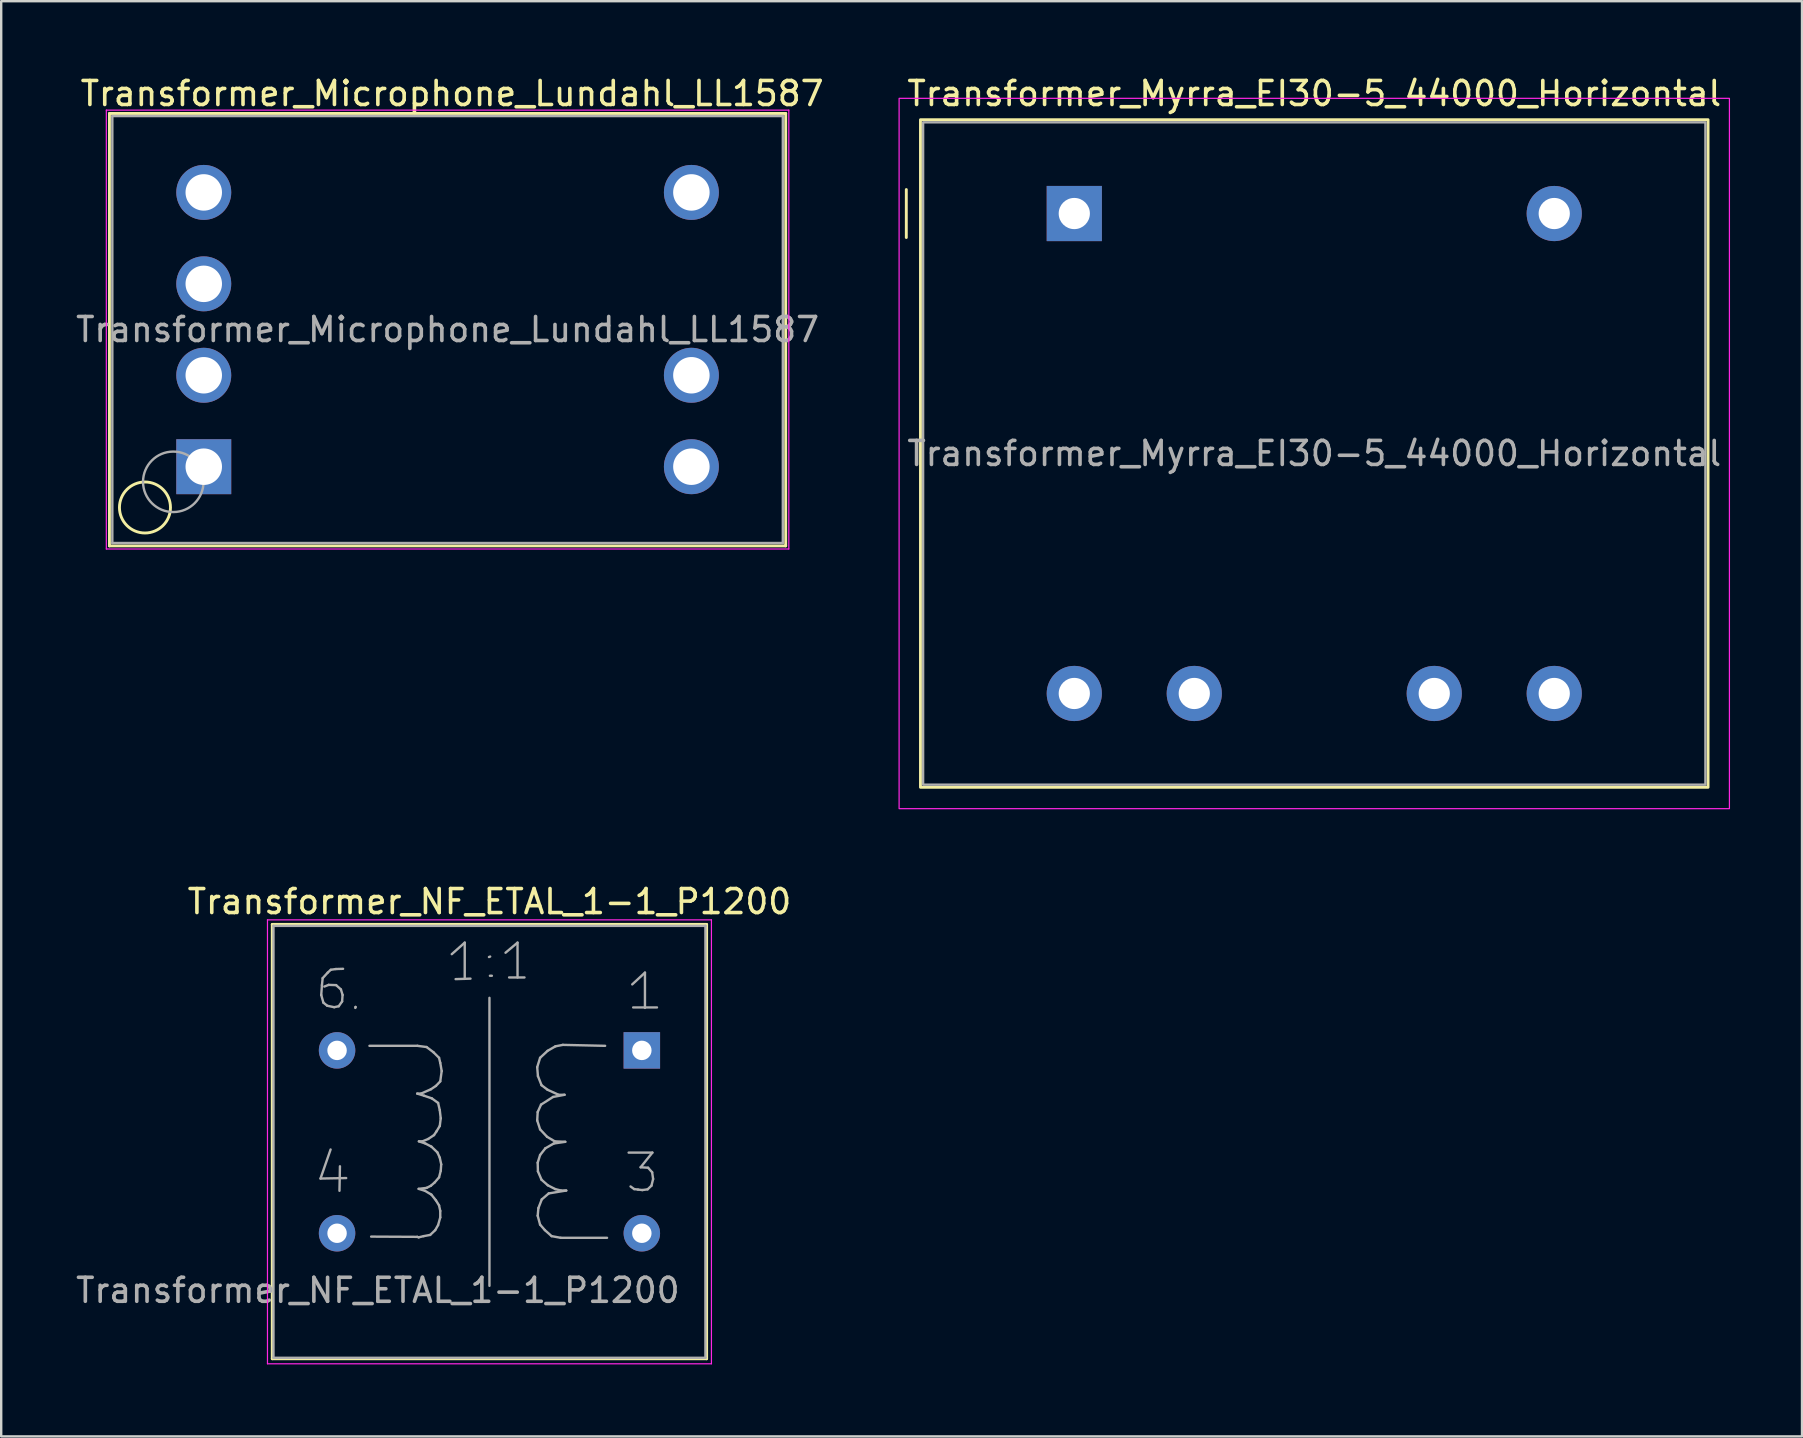
<source format=kicad_pcb>
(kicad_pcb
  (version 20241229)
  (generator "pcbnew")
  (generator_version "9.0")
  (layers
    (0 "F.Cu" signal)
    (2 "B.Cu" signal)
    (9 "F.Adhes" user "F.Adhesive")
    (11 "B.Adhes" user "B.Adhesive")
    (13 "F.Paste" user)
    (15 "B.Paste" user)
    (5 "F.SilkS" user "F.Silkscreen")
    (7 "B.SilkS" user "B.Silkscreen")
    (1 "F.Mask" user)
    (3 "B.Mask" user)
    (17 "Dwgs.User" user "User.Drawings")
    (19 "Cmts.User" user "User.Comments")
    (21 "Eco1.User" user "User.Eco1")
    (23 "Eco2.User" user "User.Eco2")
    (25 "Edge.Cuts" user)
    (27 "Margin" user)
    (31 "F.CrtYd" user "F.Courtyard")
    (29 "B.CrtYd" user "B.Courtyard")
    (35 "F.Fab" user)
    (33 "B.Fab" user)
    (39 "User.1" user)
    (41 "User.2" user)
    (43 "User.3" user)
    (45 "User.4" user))
  (footprint "Transformer_Myrra_EI30-5_44000_Horizontal"
    (layer "F.Cu")
    (at 41.717 5.848)
    (property "Reference" "Transformer_Myrra_EI30-5_44000_Horizontal" (at 10 -5 0) (layer "F.SilkS") (effects (font (size 1 1) (thickness 0.15))))
    (attr through_hole)
    (fp_line (start -7 -1) (end -7 1) (stroke (width 0.12) (type default)) (layer "F.SilkS"))
    (fp_rect (start 26.41 23.91) (end -6.41 -3.91) (stroke (width 0.12) (type default)) (fill no) (layer "F.SilkS"))
    (fp_rect (start 27.3 24.8) (end -7.3 -4.8) (stroke (width 0.05) (type default)) (fill no) (layer "F.CrtYd"))
    (fp_rect (start 26.3 23.8) (end -6.3 -3.8) (stroke (width 0.1) (type default)) (fill no) (layer "F.Fab"))
    (fp_text user "${REFERENCE}" (at 10 10 0) (layer "F.Fab") (effects (font (size 1 1) (thickness 0.15))))
    (pad "1" thru_hole rect (at 0 0) (size 2.3 2.3) (drill 1.3) (layers "*.Cu" "*.Mask"))
    (pad "5" thru_hole circle (at 20 0) (size 2.3 2.3) (drill 1.3) (layers "*.Cu" "*.Mask"))
    (pad "6" thru_hole circle (at 20 20) (size 2.3 2.3) (drill 1.3) (layers "*.Cu" "*.Mask"))
    (pad "7" thru_hole circle (at 15 20) (size 2.3 2.3) (drill 1.3) (layers "*.Cu" "*.Mask"))
    (pad "9" thru_hole circle (at 5 20) (size 2.3 2.3) (drill 1.3) (layers "*.Cu" "*.Mask"))
    (pad "10" thru_hole circle (at 0 20) (size 2.3 2.3) (drill 1.3) (layers "*.Cu" "*.Mask")))
  (footprint "Transformer_Microphone_Lundahl_LL1587"
    (layer "F.Cu")
    (at 5.441 16.398)
    (property "Reference" "Transformer_Microphone_Lundahl_LL1587" (at 10.35 -15.55 0) (layer "F.SilkS") (effects (font (size 1 1) (thickness 0.15))))
    (attr through_hole)
    (fp_line (start -3.93 -14.72) (end -3.93 3.3) (stroke (width 0.12) (type solid)) (layer "F.SilkS"))
    (fp_line (start -3.93 -14.72) (end 24.25 -14.72) (stroke (width 0.12) (type solid)) (layer "F.SilkS"))
    (fp_line (start 24.25 3.3) (end -3.93 3.3) (stroke (width 0.12) (type solid)) (layer "F.SilkS"))
    (fp_line (start 24.25 3.3) (end 24.25 -14.72) (stroke (width 0.12) (type solid)) (layer "F.SilkS"))
    (fp_circle (center -2.45 1.7) (end -1.75 2.5) (stroke (width 0.12) (type solid)) (fill no) (layer "F.SilkS"))
    (fp_line (start -4.06 -14.86) (end -4.06 3.43) (stroke (width 0.05) (type solid)) (layer "F.CrtYd"))
    (fp_line (start -4.06 -14.86) (end 24.38 -14.86) (stroke (width 0.05) (type solid)) (layer "F.CrtYd"))
    (fp_line (start 24.38 3.43) (end -4.06 3.43) (stroke (width 0.05) (type solid)) (layer "F.CrtYd"))
    (fp_line (start 24.38 3.43) (end 24.38 -14.86) (stroke (width 0.05) (type solid)) (layer "F.CrtYd"))
    (fp_line (start -3.81 -14.61) (end -3.81 3.18) (stroke (width 0.1) (type solid)) (layer "F.Fab"))
    (fp_line (start -3.81 3.18) (end 24.13 3.18) (stroke (width 0.1) (type solid)) (layer "F.Fab"))
    (fp_line (start 24.13 -14.61) (end -3.81 -14.61) (stroke (width 0.1) (type solid)) (layer "F.Fab"))
    (fp_line (start 24.13 -5.71) (end 24.13 -14.61) (stroke (width 0.1) (type solid)) (layer "F.Fab"))
    (fp_line (start 24.13 3.18) (end 24.13 -5.71) (stroke (width 0.1) (type solid)) (layer "F.Fab"))
    (fp_circle (center -1.27 0.63) (end -1.27 -0.63) (stroke (width 0.1) (type solid)) (fill no) (layer "F.Fab"))
    (fp_text user "${REFERENCE}" (at 10.16 -5.715 0) (layer "F.Fab") (effects (font (size 1 1) (thickness 0.15))))
    (pad "1" thru_hole rect (at 0 0) (size 2.29 2.29) (drill 1.52) (layers "*.Cu" "*.Mask"))
    (pad "2" thru_hole circle (at 0 -3.81) (size 2.29 2.29) (drill 1.52) (layers "*.Cu" "*.Mask"))
    (pad "3" thru_hole circle (at 0 -7.62) (size 2.29 2.29) (drill 1.52) (layers "*.Cu" "*.Mask"))
    (pad "4" thru_hole circle (at 0 -11.43) (size 2.29 2.29) (drill 1.52) (layers "*.Cu" "*.Mask"))
    (pad "5" thru_hole circle (at 20.32 0) (size 2.29 2.29) (drill 1.52) (layers "*.Cu" "*.Mask"))
    (pad "6" thru_hole circle (at 20.32 -3.81) (size 2.29 2.29) (drill 1.52) (layers "*.Cu" "*.Mask"))
    (pad "8" thru_hole circle (at 20.32 -11.43) (size 2.29 2.29) (drill 1.52) (layers "*.Cu" "*.Mask")))
  (footprint "Transformer_NF_ETAL_1-1_P1200"
    (layer "F.Cu")
    (at 23.696 40.721)
    (property "Reference" "Transformer_NF_ETAL_1-1_P1200" (at -6.35 -6.2 0) (layer "F.SilkS") (effects (font (size 1 1) (thickness 0.15))))
    (attr through_hole)
    (fp_line (start -15.4 -5.25) (end 2.7 -5.25) (stroke (width 0.12) (type solid)) (layer "F.SilkS"))
    (fp_line (start -15.4 12.85) (end -15.4 -5.25) (stroke (width 0.12) (type solid)) (layer "F.SilkS"))
    (fp_line (start 2.7 -5.25) (end 2.7 12.85) (stroke (width 0.12) (type solid)) (layer "F.SilkS"))
    (fp_line (start 2.7 12.85) (end -15.4 12.85) (stroke (width 0.12) (type solid)) (layer "F.SilkS"))
    (fp_line (start -15.6 -5.44) (end -15.6 13.06) (stroke (width 0.05) (type solid)) (layer "F.CrtYd"))
    (fp_line (start -15.6 -5.44) (end 2.9 -5.44) (stroke (width 0.05) (type solid)) (layer "F.CrtYd"))
    (fp_line (start 2.9 13.06) (end -15.6 13.06) (stroke (width 0.05) (type solid)) (layer "F.CrtYd"))
    (fp_line (start 2.9 13.06) (end 2.9 -5.44) (stroke (width 0.05) (type solid)) (layer "F.CrtYd"))
    (fp_line (start -15.35 -5.19) (end -15.35 12.81) (stroke (width 0.1) (type solid)) (layer "F.Fab"))
    (fp_line (start -15.35 12.81) (end 2.65 12.81) (stroke (width 0.1) (type solid)) (layer "F.Fab"))
    (fp_line (start -13.39 5.34) (end -12.32 5.32) (stroke (width 0.1) (type solid)) (layer "F.Fab"))
    (fp_line (start -13.36 -2.31) (end -13.27 -1.99) (stroke (width 0.1) (type solid)) (layer "F.Fab"))
    (fp_line (start -13.33 -2.72) (end -13.36 -2.31) (stroke (width 0.1) (type solid)) (layer "F.Fab"))
    (fp_line (start -13.3 -3.01) (end -13.33 -2.72) (stroke (width 0.1) (type solid)) (layer "F.Fab"))
    (fp_line (start -13.27 -1.99) (end -13.11 -1.86) (stroke (width 0.1) (type solid)) (layer "F.Fab"))
    (fp_line (start -13.11 -1.86) (end -12.82 -1.8) (stroke (width 0.1) (type solid)) (layer "F.Fab"))
    (fp_line (start -13.09 -3.24) (end -13.3 -3.01) (stroke (width 0.1) (type solid)) (layer "F.Fab"))
    (fp_line (start -13.05 -2.73) (end -13.23 -2.66) (stroke (width 0.1) (type solid)) (layer "F.Fab"))
    (fp_line (start -12.97 4.13) (end -13.39 5.34) (stroke (width 0.1) (type solid)) (layer "F.Fab"))
    (fp_line (start -12.96 -3.36) (end -13.09 -3.24) (stroke (width 0.1) (type solid)) (layer "F.Fab"))
    (fp_line (start -12.82 -1.8) (end -12.63 -1.84) (stroke (width 0.1) (type solid)) (layer "F.Fab"))
    (fp_line (start -12.75 -3.39) (end -12.96 -3.36) (stroke (width 0.1) (type solid)) (layer "F.Fab"))
    (fp_line (start -12.74 -2.72) (end -13.05 -2.73) (stroke (width 0.1) (type solid)) (layer "F.Fab"))
    (fp_line (start -12.63 -1.84) (end -12.49 -2.04) (stroke (width 0.1) (type solid)) (layer "F.Fab"))
    (fp_line (start -12.58 4.83) (end -12.6 5.85) (stroke (width 0.1) (type solid)) (layer "F.Fab"))
    (fp_line (start -12.54 -2.54) (end -12.74 -2.72) (stroke (width 0.1) (type solid)) (layer "F.Fab"))
    (fp_line (start -12.49 -2.04) (end -12.47 -2.31) (stroke (width 0.1) (type solid)) (layer "F.Fab"))
    (fp_line (start -12.47 -2.31) (end -12.54 -2.54) (stroke (width 0.1) (type solid)) (layer "F.Fab"))
    (fp_line (start -12.45 -3.4) (end -12.75 -3.39) (stroke (width 0.1) (type solid)) (layer "F.Fab"))
    (fp_line (start -11.94 -1.77) (end -11.93 -1.81) (stroke (width 0.1) (type solid)) (layer "F.Fab"))
    (fp_line (start -11.93 -1.81) (end -11.93 -1.8) (stroke (width 0.1) (type solid)) (layer "F.Fab"))
    (fp_line (start -11.35 -0.19) (end -9.35 -0.19) (stroke (width 0.1) (type solid)) (layer "F.Fab"))
    (fp_line (start -9.36 1.8) (end -9.07 1.89) (stroke (width 0.1) (type solid)) (layer "F.Fab"))
    (fp_line (start -9.36 7.77) (end -11.28 7.76) (stroke (width 0.1) (type solid)) (layer "F.Fab"))
    (fp_line (start -9.35 -0.19) (end -8.97 -0.14) (stroke (width 0.1) (type solid)) (layer "F.Fab"))
    (fp_line (start -9.3 5.77) (end -9.04 5.85) (stroke (width 0.1) (type solid)) (layer "F.Fab"))
    (fp_line (start -9.3 7.79) (end -9.36 7.77) (stroke (width 0.1) (type solid)) (layer "F.Fab"))
    (fp_line (start -9.29 3.79) (end -9.02 3.88) (stroke (width 0.1) (type solid)) (layer "F.Fab"))
    (fp_line (start -9.2 1.8) (end -9.36 1.8) (stroke (width 0.1) (type solid)) (layer "F.Fab"))
    (fp_line (start -9.14 3.79) (end -9.29 3.79) (stroke (width 0.1) (type solid)) (layer "F.Fab"))
    (fp_line (start -9.09 7.74) (end -9.3 7.79) (stroke (width 0.1) (type solid)) (layer "F.Fab"))
    (fp_line (start -9.07 1.89) (end -8.75 2) (stroke (width 0.1) (type solid)) (layer "F.Fab"))
    (fp_line (start -9.04 5.85) (end -8.77 6.01) (stroke (width 0.1) (type solid)) (layer "F.Fab"))
    (fp_line (start -9.02 3.88) (end -8.77 4.01) (stroke (width 0.1) (type solid)) (layer "F.Fab"))
    (fp_line (start -8.97 -0.14) (end -8.68 0.08) (stroke (width 0.1) (type solid)) (layer "F.Fab"))
    (fp_line (start -8.97 5.73) (end -9.3 5.77) (stroke (width 0.1) (type solid)) (layer "F.Fab"))
    (fp_line (start -8.9 3.69) (end -9.14 3.79) (stroke (width 0.1) (type solid)) (layer "F.Fab"))
    (fp_line (start -8.82 7.69) (end -9.09 7.74) (stroke (width 0.1) (type solid)) (layer "F.Fab"))
    (fp_line (start -8.79 1.62) (end -9.2 1.8) (stroke (width 0.1) (type solid)) (layer "F.Fab"))
    (fp_line (start -8.79 5.64) (end -8.97 5.73) (stroke (width 0.1) (type solid)) (layer "F.Fab"))
    (fp_line (start -8.77 4.01) (end -8.52 4.25) (stroke (width 0.1) (type solid)) (layer "F.Fab"))
    (fp_line (start -8.77 6.01) (end -8.58 6.25) (stroke (width 0.1) (type solid)) (layer "F.Fab"))
    (fp_line (start -8.75 2) (end -8.49 2.19) (stroke (width 0.1) (type solid)) (layer "F.Fab"))
    (fp_line (start -8.68 0.08) (end -8.45 0.31) (stroke (width 0.1) (type solid)) (layer "F.Fab"))
    (fp_line (start -8.66 3.53) (end -8.9 3.69) (stroke (width 0.1) (type solid)) (layer "F.Fab"))
    (fp_line (start -8.63 5.5) (end -8.79 5.64) (stroke (width 0.1) (type solid)) (layer "F.Fab"))
    (fp_line (start -8.61 7.49) (end -8.82 7.69) (stroke (width 0.1) (type solid)) (layer "F.Fab"))
    (fp_line (start -8.58 1.48) (end -8.79 1.62) (stroke (width 0.1) (type solid)) (layer "F.Fab"))
    (fp_line (start -8.58 6.25) (end -8.45 6.46) (stroke (width 0.1) (type solid)) (layer "F.Fab"))
    (fp_line (start -8.56 3.38) (end -8.66 3.53) (stroke (width 0.1) (type solid)) (layer "F.Fab"))
    (fp_line (start -8.52 4.25) (end -8.42 4.47) (stroke (width 0.1) (type solid)) (layer "F.Fab"))
    (fp_line (start -8.49 2.19) (end -8.42 2.49) (stroke (width 0.1) (type solid)) (layer "F.Fab"))
    (fp_line (start -8.49 7.28) (end -8.61 7.49) (stroke (width 0.1) (type solid)) (layer "F.Fab"))
    (fp_line (start -8.45 0.31) (end -8.4 0.52) (stroke (width 0.1) (type solid)) (layer "F.Fab"))
    (fp_line (start -8.45 5.29) (end -8.63 5.5) (stroke (width 0.1) (type solid)) (layer "F.Fab"))
    (fp_line (start -8.45 6.46) (end -8.4 6.69) (stroke (width 0.1) (type solid)) (layer "F.Fab"))
    (fp_line (start -8.42 2.49) (end -8.38 2.83) (stroke (width 0.1) (type solid)) (layer "F.Fab"))
    (fp_line (start -8.42 3.15) (end -8.56 3.38) (stroke (width 0.1) (type solid)) (layer "F.Fab"))
    (fp_line (start -8.42 4.47) (end -8.36 4.75) (stroke (width 0.1) (type solid)) (layer "F.Fab"))
    (fp_line (start -8.4 0.52) (end -8.34 0.86) (stroke (width 0.1) (type solid)) (layer "F.Fab"))
    (fp_line (start -8.4 1.29) (end -8.58 1.48) (stroke (width 0.1) (type solid)) (layer "F.Fab"))
    (fp_line (start -8.4 6.69) (end -8.4 6.96) (stroke (width 0.1) (type solid)) (layer "F.Fab"))
    (fp_line (start -8.4 6.96) (end -8.49 7.28) (stroke (width 0.1) (type solid)) (layer "F.Fab"))
    (fp_line (start -8.38 2.83) (end -8.42 3.15) (stroke (width 0.1) (type solid)) (layer "F.Fab"))
    (fp_line (start -8.38 5.02) (end -8.45 5.29) (stroke (width 0.1) (type solid)) (layer "F.Fab"))
    (fp_line (start -8.36 4.75) (end -8.38 5.02) (stroke (width 0.1) (type solid)) (layer "F.Fab"))
    (fp_line (start -8.34 0.86) (end -8.4 1.29) (stroke (width 0.1) (type solid)) (layer "F.Fab"))
    (fp_line (start -7.92 -4.01) (end -7.38 -4.49) (stroke (width 0.1) (type solid)) (layer "F.Fab"))
    (fp_line (start -7.76 -2.97) (end -7.14 -2.99) (stroke (width 0.1) (type solid)) (layer "F.Fab"))
    (fp_line (start -7.38 -4.49) (end -7.38 -2.98) (stroke (width 0.1) (type solid)) (layer "F.Fab"))
    (fp_line (start -6.35 -2.19) (end -6.35 9.81) (stroke (width 0.1) (type solid)) (layer "F.Fab"))
    (fp_line (start -6.32 -3.91) (end -6.37 -3.89) (stroke (width 0.1) (type solid)) (layer "F.Fab"))
    (fp_line (start -6.25 -3.11) (end -6.33 -3.11) (stroke (width 0.1) (type solid)) (layer "F.Fab"))
    (fp_line (start -5.68 -4.07) (end -5.18 -4.49) (stroke (width 0.1) (type solid)) (layer "F.Fab"))
    (fp_line (start -5.53 -3.04) (end -4.89 -3.04) (stroke (width 0.1) (type solid)) (layer "F.Fab"))
    (fp_line (start -5.18 -4.49) (end -5.18 -3.04) (stroke (width 0.1) (type solid)) (layer "F.Fab"))
    (fp_line (start -4.36 0.7) (end -4.33 1.07) (stroke (width 0.1) (type solid)) (layer "F.Fab"))
    (fp_line (start -4.36 2.92) (end -4.24 3.29) (stroke (width 0.1) (type solid)) (layer "F.Fab"))
    (fp_line (start -4.34 2.57) (end -4.36 2.92) (stroke (width 0.1) (type solid)) (layer "F.Fab"))
    (fp_line (start -4.34 4.68) (end -4.33 5.04) (stroke (width 0.1) (type solid)) (layer "F.Fab"))
    (fp_line (start -4.34 6.89) (end -4.24 7.26) (stroke (width 0.1) (type solid)) (layer "F.Fab"))
    (fp_line (start -4.33 1.07) (end -4.18 1.45) (stroke (width 0.1) (type solid)) (layer "F.Fab"))
    (fp_line (start -4.33 5.04) (end -4.18 5.39) (stroke (width 0.1) (type solid)) (layer "F.Fab"))
    (fp_line (start -4.31 6.57) (end -4.34 6.89) (stroke (width 0.1) (type solid)) (layer "F.Fab"))
    (fp_line (start -4.24 0.31) (end -4.36 0.7) (stroke (width 0.1) (type solid)) (layer "F.Fab"))
    (fp_line (start -4.24 3.29) (end -3.95 3.6) (stroke (width 0.1) (type solid)) (layer "F.Fab"))
    (fp_line (start -4.24 4.36) (end -4.34 4.68) (stroke (width 0.1) (type solid)) (layer "F.Fab"))
    (fp_line (start -4.24 7.26) (end -4.04 7.49) (stroke (width 0.1) (type solid)) (layer "F.Fab"))
    (fp_line (start -4.2 2.26) (end -4.34 2.57) (stroke (width 0.1) (type solid)) (layer "F.Fab"))
    (fp_line (start -4.18 1.45) (end -3.93 1.64) (stroke (width 0.1) (type solid)) (layer "F.Fab"))
    (fp_line (start -4.18 5.39) (end -3.92 5.62) (stroke (width 0.1) (type solid)) (layer "F.Fab"))
    (fp_line (start -4.17 6.21) (end -4.31 6.57) (stroke (width 0.1) (type solid)) (layer "F.Fab"))
    (fp_line (start -4.04 7.49) (end -3.76 7.74) (stroke (width 0.1) (type solid)) (layer "F.Fab"))
    (fp_line (start -4.02 4.08) (end -4.24 4.36) (stroke (width 0.1) (type solid)) (layer "F.Fab"))
    (fp_line (start -3.95 3.6) (end -3.63 3.79) (stroke (width 0.1) (type solid)) (layer "F.Fab"))
    (fp_line (start -3.93 0.02) (end -4.24 0.31) (stroke (width 0.1) (type solid)) (layer "F.Fab"))
    (fp_line (start -3.93 1.64) (end -3.47 1.85) (stroke (width 0.1) (type solid)) (layer "F.Fab"))
    (fp_line (start -3.92 5.62) (end -3.61 5.78) (stroke (width 0.1) (type solid)) (layer "F.Fab"))
    (fp_line (start -3.88 5.96) (end -4.17 6.21) (stroke (width 0.1) (type solid)) (layer "F.Fab"))
    (fp_line (start -3.76 7.74) (end -3.38 7.81) (stroke (width 0.1) (type solid)) (layer "F.Fab"))
    (fp_line (start -3.7 1.94) (end -4.2 2.26) (stroke (width 0.1) (type solid)) (layer "F.Fab"))
    (fp_line (start -3.67 3.88) (end -4.02 4.08) (stroke (width 0.1) (type solid)) (layer "F.Fab"))
    (fp_line (start -3.63 3.79) (end -3.19 3.81) (stroke (width 0.1) (type solid)) (layer "F.Fab"))
    (fp_line (start -3.61 5.78) (end -3.37 5.84) (stroke (width 0.1) (type solid)) (layer "F.Fab"))
    (fp_line (start -3.6 -0.17) (end -3.93 0.02) (stroke (width 0.1) (type solid)) (layer "F.Fab"))
    (fp_line (start -3.47 1.85) (end -3.22 1.85) (stroke (width 0.1) (type solid)) (layer "F.Fab"))
    (fp_line (start -3.38 7.81) (end -1.45 7.81) (stroke (width 0.1) (type solid)) (layer "F.Fab"))
    (fp_line (start -3.37 5.84) (end -3.15 5.84) (stroke (width 0.1) (type solid)) (layer "F.Fab"))
    (fp_line (start -3.29 -0.23) (end -3.6 -0.17) (stroke (width 0.1) (type solid)) (layer "F.Fab"))
    (fp_line (start -3.22 1.85) (end -3.7 1.94) (stroke (width 0.1) (type solid)) (layer "F.Fab"))
    (fp_line (start -3.19 3.81) (end -3.67 3.88) (stroke (width 0.1) (type solid)) (layer "F.Fab"))
    (fp_line (start -3.15 5.84) (end -3.88 5.96) (stroke (width 0.1) (type solid)) (layer "F.Fab"))
    (fp_line (start -1.53 -0.19) (end -3.29 -0.23) (stroke (width 0.1) (type solid)) (layer "F.Fab"))
    (fp_line (start -0.55 4.26) (end 0.44 4.26) (stroke (width 0.1) (type solid)) (layer "F.Fab"))
    (fp_line (start -0.4 -2.75) (end 0.13 -3.24) (stroke (width 0.1) (type solid)) (layer "F.Fab"))
    (fp_line (start -0.36 -1.79) (end 0.63 -1.79) (stroke (width 0.1) (type solid)) (layer "F.Fab"))
    (fp_line (start -0.32 5.78) (end -0.47 5.67) (stroke (width 0.1) (type solid)) (layer "F.Fab"))
    (fp_line (start -0.16 5.8) (end -0.32 5.78) (stroke (width 0.1) (type solid)) (layer "F.Fab"))
    (fp_line (start -0.05 4.87) (end 0.26 4.89) (stroke (width 0.1) (type solid)) (layer "F.Fab"))
    (fp_line (start 0.02 5.82) (end -0.16 5.8) (stroke (width 0.1) (type solid)) (layer "F.Fab"))
    (fp_line (start 0.13 -3.24) (end 0.13 -1.77) (stroke (width 0.1) (type solid)) (layer "F.Fab"))
    (fp_line (start 0.24 5.79) (end 0.02 5.82) (stroke (width 0.1) (type solid)) (layer "F.Fab"))
    (fp_line (start 0.26 4.89) (end 0.43 5.08) (stroke (width 0.1) (type solid)) (layer "F.Fab"))
    (fp_line (start 0.4 5.64) (end 0.24 5.79) (stroke (width 0.1) (type solid)) (layer "F.Fab"))
    (fp_line (start 0.43 5.08) (end 0.47 5.36) (stroke (width 0.1) (type solid)) (layer "F.Fab"))
    (fp_line (start 0.44 4.26) (end -0.05 4.87) (stroke (width 0.1) (type solid)) (layer "F.Fab"))
    (fp_line (start 0.47 5.36) (end 0.4 5.64) (stroke (width 0.1) (type solid)) (layer "F.Fab"))
    (fp_line (start 2.65 -5.19) (end -15.35 -5.19) (stroke (width 0.1) (type solid)) (layer "F.Fab"))
    (fp_line (start 2.65 12.81) (end 2.65 -5.19) (stroke (width 0.1) (type solid)) (layer "F.Fab"))
    (fp_text user "${REFERENCE}" (at -11 10 0) (layer "F.Fab") (effects (font (size 1 1) (thickness 0.15))))
    (pad "1" thru_hole rect (at 0 0) (size 1.52 1.52) (drill 0.81) (layers "*.Cu" "*.Mask"))
    (pad "3" thru_hole circle (at 0 7.62) (size 1.52 1.52) (drill 0.81) (layers "*.Cu" "*.Mask"))
    (pad "4" thru_hole circle (at -12.7 7.62) (size 1.52 1.52) (drill 0.81) (layers "*.Cu" "*.Mask"))
    (pad "6" thru_hole circle (at -12.7 0) (size 1.52 1.52) (drill 0.81) (layers "*.Cu" "*.Mask")))
  (gr_rect
    (start -3 -3)
    (end 72.042 56.806)
    (stroke (width 0.1) (type default))
    (fill no)
    (layer "Edge.Cuts")))
</source>
